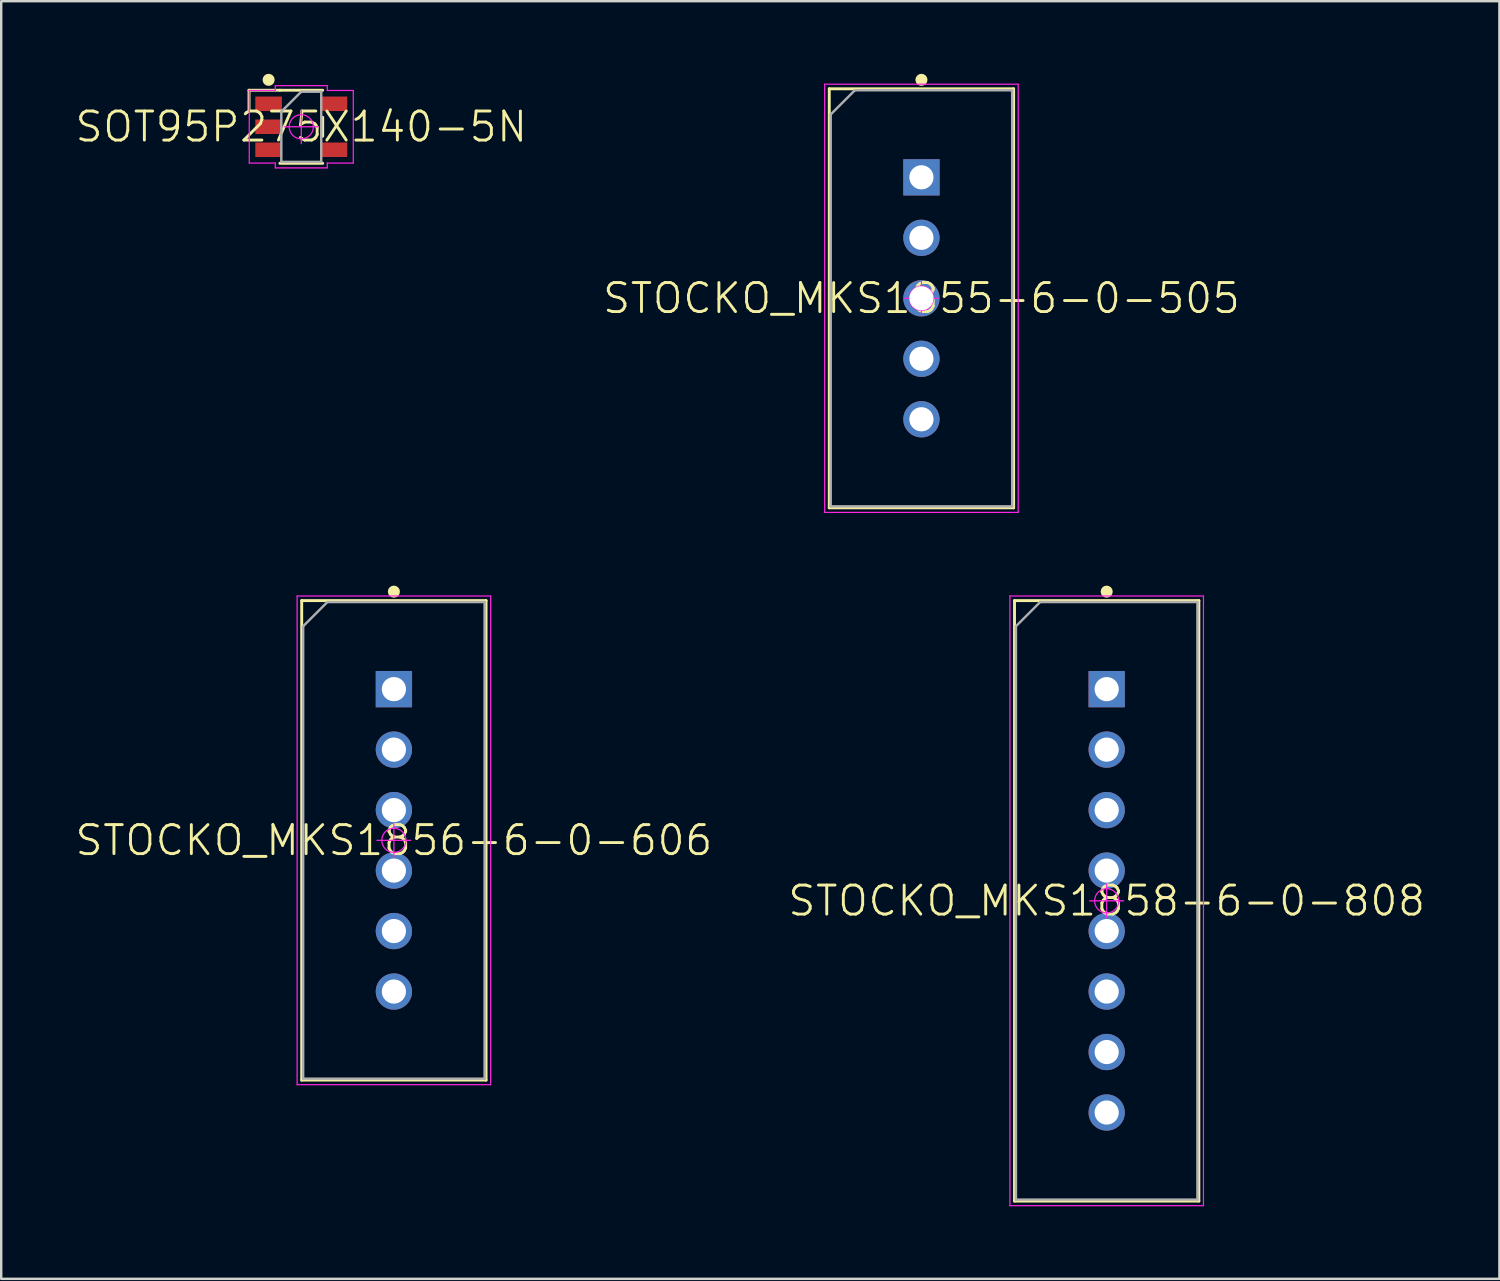
<source format=kicad_pcb>
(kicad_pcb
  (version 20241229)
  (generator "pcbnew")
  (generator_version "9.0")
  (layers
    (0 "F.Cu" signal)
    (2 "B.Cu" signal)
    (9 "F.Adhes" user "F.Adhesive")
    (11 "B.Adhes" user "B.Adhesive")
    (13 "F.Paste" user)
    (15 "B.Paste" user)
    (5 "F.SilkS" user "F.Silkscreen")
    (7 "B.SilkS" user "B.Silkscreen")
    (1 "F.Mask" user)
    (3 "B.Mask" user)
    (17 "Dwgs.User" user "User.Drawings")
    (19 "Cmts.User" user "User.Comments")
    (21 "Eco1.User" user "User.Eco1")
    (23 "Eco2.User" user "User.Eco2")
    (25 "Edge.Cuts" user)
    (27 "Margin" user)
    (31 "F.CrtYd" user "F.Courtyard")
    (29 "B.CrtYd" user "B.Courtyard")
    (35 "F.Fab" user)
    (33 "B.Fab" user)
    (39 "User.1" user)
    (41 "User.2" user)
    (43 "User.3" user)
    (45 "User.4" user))
  (footprint "STOCKO_MKS1856-6-0-606"
    (layer "F.Cu")
    (at 13.231 31.685)
    (property "Reference" "STOCKO_MKS1856-6-0-606" (at 0 0 0) (layer "F.SilkS") (effects (font (size 1.2 1.2) (thickness 0.12))))
    (attr through_hole)
    (fp_line (start -3.81 -9.91) (end 3.81 -9.91) (stroke (width 0.12) (type solid)) (layer "F.SilkS"))
    (fp_line (start -3.81 9.91) (end -3.81 -9.91) (stroke (width 0.12) (type solid)) (layer "F.SilkS"))
    (fp_line (start 3.81 -9.91) (end 3.81 9.91) (stroke (width 0.12) (type solid)) (layer "F.SilkS"))
    (fp_line (start 3.81 9.91) (end -3.81 9.91) (stroke (width 0.12) (type solid)) (layer "F.SilkS"))
    (fp_circle (center 0 -10.28) (end 0 -10.155) (stroke (width 0.25) (type solid)) (fill no) (layer "F.SilkS"))
    (fp_line (start -4 -10.1) (end 4 -10.1) (stroke (width 0.05) (type solid)) (layer "F.CrtYd"))
    (fp_line (start -4 10.1) (end -4 -10.1) (stroke (width 0.05) (type solid)) (layer "F.CrtYd"))
    (fp_line (start -0.7 0) (end 0.7 0) (stroke (width 0.05) (type solid)) (layer "F.CrtYd"))
    (fp_line (start 0 -0.7) (end 0 0.7) (stroke (width 0.05) (type solid)) (layer "F.CrtYd"))
    (fp_line (start 4 -10.1) (end 4 10.1) (stroke (width 0.05) (type solid)) (layer "F.CrtYd"))
    (fp_line (start 4 10.1) (end -4 10.1) (stroke (width 0.05) (type solid)) (layer "F.CrtYd"))
    (fp_circle (center 0 0) (end 0 0.5) (stroke (width 0.05) (type solid)) (fill no) (layer "F.CrtYd"))
    (fp_line (start -3.75 -8.85) (end -2.75 -9.85) (stroke (width 0.1) (type solid)) (layer "F.Fab"))
    (fp_line (start -3.75 9.85) (end -3.75 -8.85) (stroke (width 0.1) (type solid)) (layer "F.Fab"))
    (fp_line (start -2.75 -9.85) (end 3.75 -9.85) (stroke (width 0.1) (type solid)) (layer "F.Fab"))
    (fp_line (start 3.75 -9.85) (end 3.75 9.85) (stroke (width 0.1) (type solid)) (layer "F.Fab"))
    (fp_line (start 3.75 9.85) (end -3.75 9.85) (stroke (width 0.1) (type solid)) (layer "F.Fab"))
    (pad "1" thru_hole rect (at 0 -6.25) (size 1.5 1.5) (drill 1) (layers "*.Cu" "*.Paste" "*.Mask"))
    (pad "2" thru_hole circle (at 0 -3.75) (size 1.5 1.5) (drill 1) (layers "*.Cu" "*.Paste" "*.Mask"))
    (pad "3" thru_hole circle (at 0 -1.25) (size 1.5 1.5) (drill 1) (layers "*.Cu" "*.Paste" "*.Mask"))
    (pad "4" thru_hole circle (at 0 1.25) (size 1.5 1.5) (drill 1) (layers "*.Cu" "*.Paste" "*.Mask"))
    (pad "5" thru_hole circle (at 0 3.75) (size 1.5 1.5) (drill 1) (layers "*.Cu" "*.Paste" "*.Mask"))
    (pad "6" thru_hole circle (at 0 6.25) (size 1.5 1.5) (drill 1) (layers "*.Cu" "*.Paste" "*.Mask")))
  (footprint "STOCKO_MKS1858-6-0-808"
    (layer "F.Cu")
    (at 42.694 34.185)
    (property "Reference" "STOCKO_MKS1858-6-0-808" (at 0 0 0) (layer "F.SilkS") (effects (font (size 1.2 1.2) (thickness 0.12))))
    (attr through_hole)
    (fp_line (start -3.81 -12.41) (end 3.81 -12.41) (stroke (width 0.12) (type solid)) (layer "F.SilkS"))
    (fp_line (start -3.81 12.41) (end -3.81 -12.41) (stroke (width 0.12) (type solid)) (layer "F.SilkS"))
    (fp_line (start 3.81 -12.41) (end 3.81 12.41) (stroke (width 0.12) (type solid)) (layer "F.SilkS"))
    (fp_line (start 3.81 12.41) (end -3.81 12.41) (stroke (width 0.12) (type solid)) (layer "F.SilkS"))
    (fp_circle (center 0 -12.78) (end 0 -12.655) (stroke (width 0.25) (type solid)) (fill no) (layer "F.SilkS"))
    (fp_line (start -4 -12.6) (end 4 -12.6) (stroke (width 0.05) (type solid)) (layer "F.CrtYd"))
    (fp_line (start -4 12.6) (end -4 -12.6) (stroke (width 0.05) (type solid)) (layer "F.CrtYd"))
    (fp_line (start -0.7 0) (end 0.7 0) (stroke (width 0.05) (type solid)) (layer "F.CrtYd"))
    (fp_line (start 0 -0.7) (end 0 0.7) (stroke (width 0.05) (type solid)) (layer "F.CrtYd"))
    (fp_line (start 4 -12.6) (end 4 12.6) (stroke (width 0.05) (type solid)) (layer "F.CrtYd"))
    (fp_line (start 4 12.6) (end -4 12.6) (stroke (width 0.05) (type solid)) (layer "F.CrtYd"))
    (fp_circle (center 0 0) (end 0 0.5) (stroke (width 0.05) (type solid)) (fill no) (layer "F.CrtYd"))
    (fp_line (start -3.75 -11.35) (end -2.75 -12.35) (stroke (width 0.1) (type solid)) (layer "F.Fab"))
    (fp_line (start -3.75 12.35) (end -3.75 -11.35) (stroke (width 0.1) (type solid)) (layer "F.Fab"))
    (fp_line (start -2.75 -12.35) (end 3.75 -12.35) (stroke (width 0.1) (type solid)) (layer "F.Fab"))
    (fp_line (start 3.75 -12.35) (end 3.75 12.35) (stroke (width 0.1) (type solid)) (layer "F.Fab"))
    (fp_line (start 3.75 12.35) (end -3.75 12.35) (stroke (width 0.1) (type solid)) (layer "F.Fab"))
    (pad "1" thru_hole rect (at 0 -8.75) (size 1.5 1.5) (drill 1) (layers "*.Cu" "*.Paste" "*.Mask"))
    (pad "2" thru_hole circle (at 0 -6.25) (size 1.5 1.5) (drill 1) (layers "*.Cu" "*.Paste" "*.Mask"))
    (pad "3" thru_hole circle (at 0 -3.75) (size 1.5 1.5) (drill 1) (layers "*.Cu" "*.Paste" "*.Mask"))
    (pad "4" thru_hole circle (at 0 -1.25) (size 1.5 1.5) (drill 1) (layers "*.Cu" "*.Paste" "*.Mask"))
    (pad "5" thru_hole circle (at 0 1.25) (size 1.5 1.5) (drill 1) (layers "*.Cu" "*.Paste" "*.Mask"))
    (pad "6" thru_hole circle (at 0 3.75) (size 1.5 1.5) (drill 1) (layers "*.Cu" "*.Paste" "*.Mask"))
    (pad "7" thru_hole circle (at 0 6.25) (size 1.5 1.5) (drill 1) (layers "*.Cu" "*.Paste" "*.Mask"))
    (pad "8" thru_hole circle (at 0 8.75) (size 1.5 1.5) (drill 1) (layers "*.Cu" "*.Paste" "*.Mask")))
  (footprint "SOT95P275X140-5N"
    (layer "F.Cu")
    (at 9.403 2.19)
    (property "Reference" "SOT95P275X140-5N" (at 0 0 0) (layer "F.SilkS") (effects (font (size 1.2 1.2) (thickness 0.12))))
    (attr smd)
    (fp_line (start -2.16 -1.51) (end -2.16 -0.65) (stroke (width 0.12) (type solid)) (layer "F.SilkS"))
    (fp_line (start -0.885 -1.51) (end -2.16 -1.51) (stroke (width 0.12) (type solid)) (layer "F.SilkS"))
    (fp_line (start -0.885 -1.51) (end 0.885 -1.51) (stroke (width 0.12) (type solid)) (layer "F.SilkS"))
    (fp_line (start 0.885 -0.39) (end 0.885 0.39) (stroke (width 0.12) (type solid)) (layer "F.SilkS"))
    (fp_line (start 0.885 1.51) (end -0.885 1.51) (stroke (width 0.12) (type solid)) (layer "F.SilkS"))
    (fp_circle (center -1.35 -1.94) (end -1.35 -1.815) (stroke (width 0.25) (type solid)) (fill no) (layer "F.SilkS"))
    (fp_line (start -2.15 -1.5) (end -1.075 -1.5) (stroke (width 0.05) (type solid)) (layer "F.CrtYd"))
    (fp_line (start -2.15 1.5) (end -2.15 -1.5) (stroke (width 0.05) (type solid)) (layer "F.CrtYd"))
    (fp_line (start -1.075 -1.7) (end 1.075 -1.7) (stroke (width 0.05) (type solid)) (layer "F.CrtYd"))
    (fp_line (start -1.075 -1.5) (end -1.075 -1.7) (stroke (width 0.05) (type solid)) (layer "F.CrtYd"))
    (fp_line (start -1.075 1.5) (end -2.15 1.5) (stroke (width 0.05) (type solid)) (layer "F.CrtYd"))
    (fp_line (start -1.075 1.7) (end -1.075 1.5) (stroke (width 0.05) (type solid)) (layer "F.CrtYd"))
    (fp_line (start -0.7 0) (end 0.7 0) (stroke (width 0.05) (type solid)) (layer "F.CrtYd"))
    (fp_line (start 0 -0.7) (end 0 0.7) (stroke (width 0.05) (type solid)) (layer "F.CrtYd"))
    (fp_line (start 1.075 -1.7) (end 1.075 -1.5) (stroke (width 0.05) (type solid)) (layer "F.CrtYd"))
    (fp_line (start 1.075 -1.5) (end 2.15 -1.5) (stroke (width 0.05) (type solid)) (layer "F.CrtYd"))
    (fp_line (start 1.075 1.5) (end 1.075 1.7) (stroke (width 0.05) (type solid)) (layer "F.CrtYd"))
    (fp_line (start 1.075 1.7) (end -1.075 1.7) (stroke (width 0.05) (type solid)) (layer "F.CrtYd"))
    (fp_line (start 2.15 -1.5) (end 2.15 1.5) (stroke (width 0.05) (type solid)) (layer "F.CrtYd"))
    (fp_line (start 2.15 1.5) (end 1.075 1.5) (stroke (width 0.05) (type solid)) (layer "F.CrtYd"))
    (fp_circle (center 0 0) (end 0 0.5) (stroke (width 0.05) (type solid)) (fill no) (layer "F.CrtYd"))
    (fp_line (start -0.825 -0.625) (end 0 -1.45) (stroke (width 0.1) (type solid)) (layer "F.Fab"))
    (fp_line (start -0.825 1.45) (end -0.825 -0.625) (stroke (width 0.1) (type solid)) (layer "F.Fab"))
    (fp_line (start 0 -1.45) (end 0.825 -1.45) (stroke (width 0.1) (type solid)) (layer "F.Fab"))
    (fp_line (start 0.825 -1.45) (end 0.825 1.45) (stroke (width 0.1) (type solid)) (layer "F.Fab"))
    (fp_line (start 0.825 1.45) (end -0.825 1.45) (stroke (width 0.1) (type solid)) (layer "F.Fab"))
    (pad "1" smd rect (at -1.35 -0.95) (size 1.1 0.6) (layers "F.Cu" "F.Mask" "F.Paste"))
    (pad "2" smd rect (at -1.35 0) (size 1.1 0.6) (layers "F.Cu" "F.Mask" "F.Paste"))
    (pad "3" smd rect (at -1.35 0.95) (size 1.1 0.6) (layers "F.Cu" "F.Mask" "F.Paste"))
    (pad "4" smd rect (at 1.35 0.95) (size 1.1 0.6) (layers "F.Cu" "F.Mask" "F.Paste"))
    (pad "5" smd rect (at 1.35 -0.95) (size 1.1 0.6) (layers "F.Cu" "F.Mask" "F.Paste")))
  (footprint "STOCKO_MKS1855-6-0-505"
    (layer "F.Cu")
    (at 35.037 9.28)
    (property "Reference" "STOCKO_MKS1855-6-0-505" (at 0 0 0) (layer "F.SilkS") (effects (font (size 1.2 1.2) (thickness 0.12))))
    (attr through_hole)
    (fp_line (start -3.81 -8.66) (end 3.81 -8.66) (stroke (width 0.12) (type solid)) (layer "F.SilkS"))
    (fp_line (start -3.81 8.66) (end -3.81 -8.66) (stroke (width 0.12) (type solid)) (layer "F.SilkS"))
    (fp_line (start 3.81 -8.66) (end 3.81 8.66) (stroke (width 0.12) (type solid)) (layer "F.SilkS"))
    (fp_line (start 3.81 8.66) (end -3.81 8.66) (stroke (width 0.12) (type solid)) (layer "F.SilkS"))
    (fp_circle (center 0 -9.03) (end 0 -8.905) (stroke (width 0.25) (type solid)) (fill no) (layer "F.SilkS"))
    (fp_line (start -4 -8.85) (end 4 -8.85) (stroke (width 0.05) (type solid)) (layer "F.CrtYd"))
    (fp_line (start -4 8.85) (end -4 -8.85) (stroke (width 0.05) (type solid)) (layer "F.CrtYd"))
    (fp_line (start -0.7 0) (end 0.7 0) (stroke (width 0.05) (type solid)) (layer "F.CrtYd"))
    (fp_line (start 0 -0.7) (end 0 0.7) (stroke (width 0.05) (type solid)) (layer "F.CrtYd"))
    (fp_line (start 4 -8.85) (end 4 8.85) (stroke (width 0.05) (type solid)) (layer "F.CrtYd"))
    (fp_line (start 4 8.85) (end -4 8.85) (stroke (width 0.05) (type solid)) (layer "F.CrtYd"))
    (fp_circle (center 0 0) (end 0 0.5) (stroke (width 0.05) (type solid)) (fill no) (layer "F.CrtYd"))
    (fp_line (start -3.75 -7.6) (end -2.75 -8.6) (stroke (width 0.1) (type solid)) (layer "F.Fab"))
    (fp_line (start -3.75 8.6) (end -3.75 -7.6) (stroke (width 0.1) (type solid)) (layer "F.Fab"))
    (fp_line (start -2.75 -8.6) (end 3.75 -8.6) (stroke (width 0.1) (type solid)) (layer "F.Fab"))
    (fp_line (start 3.75 -8.6) (end 3.75 8.6) (stroke (width 0.1) (type solid)) (layer "F.Fab"))
    (fp_line (start 3.75 8.6) (end -3.75 8.6) (stroke (width 0.1) (type solid)) (layer "F.Fab"))
    (pad "1" thru_hole rect (at 0 -5) (size 1.5 1.5) (drill 1) (layers "*.Cu" "*.Paste" "*.Mask"))
    (pad "2" thru_hole circle (at 0 -2.5) (size 1.5 1.5) (drill 1) (layers "*.Cu" "*.Paste" "*.Mask"))
    (pad "3" thru_hole circle (at 0 0) (size 1.5 1.5) (drill 1) (layers "*.Cu" "*.Paste" "*.Mask"))
    (pad "4" thru_hole circle (at 0 2.5) (size 1.5 1.5) (drill 1) (layers "*.Cu" "*.Paste" "*.Mask"))
    (pad "5" thru_hole circle (at 0 5) (size 1.5 1.5) (drill 1) (layers "*.Cu" "*.Paste" "*.Mask")))
  (gr_rect
    (start -3 -3)
    (end 58.926 49.81)
    (stroke (width 0.1) (type default))
    (fill no)
    (layer "Edge.Cuts")))
</source>
